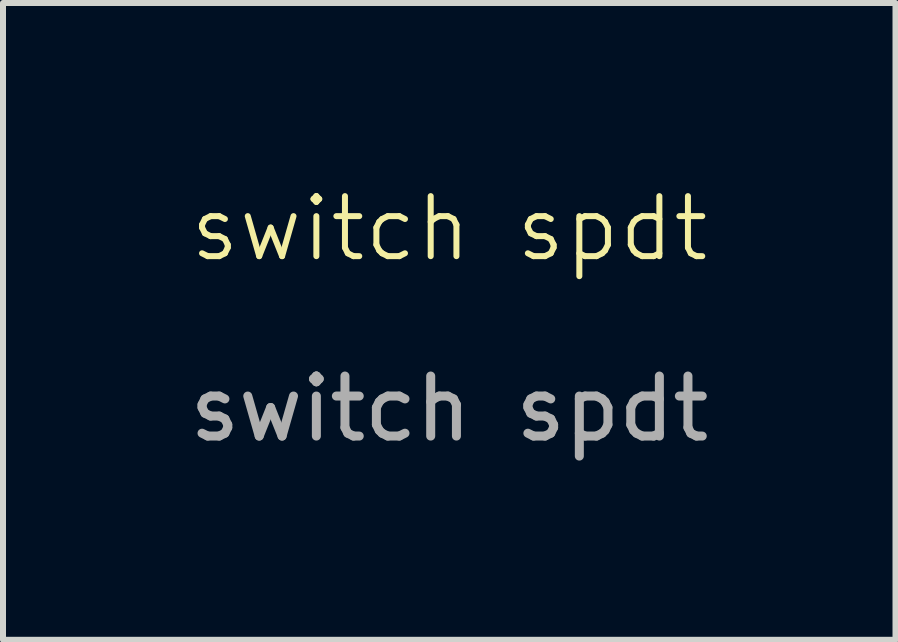
<source format=kicad_pcb>
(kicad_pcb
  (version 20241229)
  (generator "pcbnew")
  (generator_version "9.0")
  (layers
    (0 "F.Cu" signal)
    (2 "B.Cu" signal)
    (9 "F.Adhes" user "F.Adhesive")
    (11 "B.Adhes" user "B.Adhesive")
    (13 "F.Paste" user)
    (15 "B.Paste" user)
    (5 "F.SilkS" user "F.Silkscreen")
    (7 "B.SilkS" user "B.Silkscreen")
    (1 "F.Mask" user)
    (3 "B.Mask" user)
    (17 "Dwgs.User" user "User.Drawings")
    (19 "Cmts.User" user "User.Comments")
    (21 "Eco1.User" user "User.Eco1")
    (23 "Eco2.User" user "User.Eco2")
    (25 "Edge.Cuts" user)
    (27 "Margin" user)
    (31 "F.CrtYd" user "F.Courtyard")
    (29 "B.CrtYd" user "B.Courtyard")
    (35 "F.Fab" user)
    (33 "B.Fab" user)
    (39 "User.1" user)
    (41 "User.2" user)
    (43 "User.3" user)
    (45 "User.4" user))
  (footprint "switch spdt"
    (layer "F.Cu")
    (at 4.435 1.26)
    (property "Reference" "switch spdt" (at 0 -0.5 0) (unlocked yes) (layer "F.SilkS") (effects (font (size 1 1) (thickness 0.1))))
    (attr smd)
    (fp_text user "${REFERENCE}" (at 0 2.5 0) (unlocked yes) (layer "F.Fab") (effects (font (size 1 1) (thickness 0.15)))))
  (gr_rect
    (start -3 -3)
    (end 11.869 7.609)
    (stroke (width 0.1) (type default))
    (fill no)
    (layer "Edge.Cuts")))
</source>
